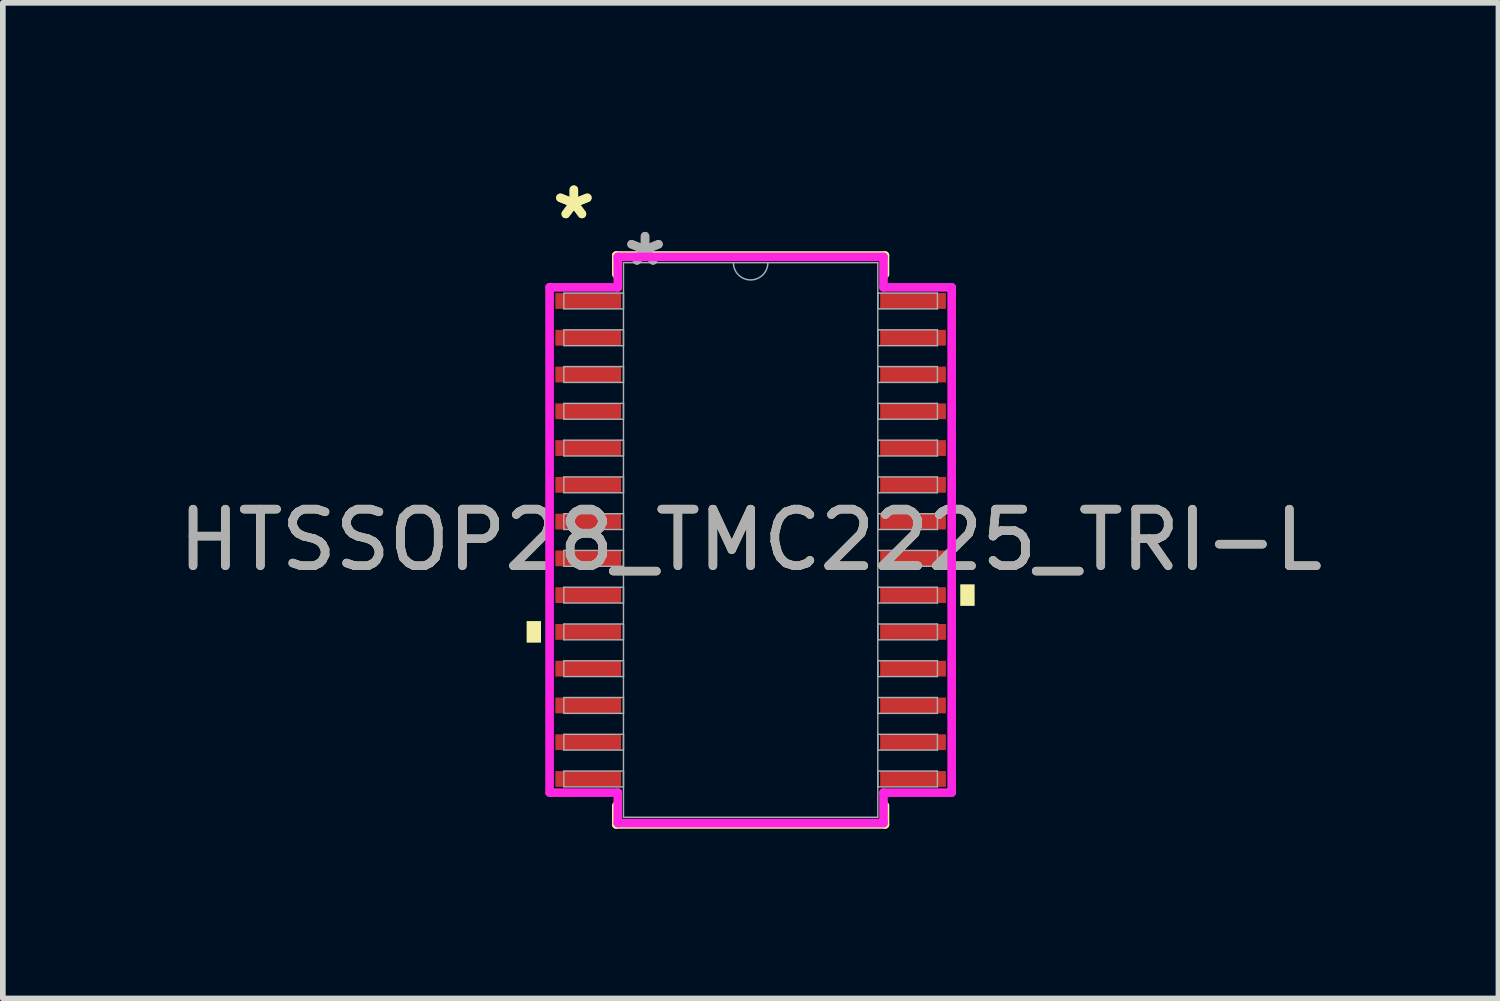
<source format=kicad_pcb>
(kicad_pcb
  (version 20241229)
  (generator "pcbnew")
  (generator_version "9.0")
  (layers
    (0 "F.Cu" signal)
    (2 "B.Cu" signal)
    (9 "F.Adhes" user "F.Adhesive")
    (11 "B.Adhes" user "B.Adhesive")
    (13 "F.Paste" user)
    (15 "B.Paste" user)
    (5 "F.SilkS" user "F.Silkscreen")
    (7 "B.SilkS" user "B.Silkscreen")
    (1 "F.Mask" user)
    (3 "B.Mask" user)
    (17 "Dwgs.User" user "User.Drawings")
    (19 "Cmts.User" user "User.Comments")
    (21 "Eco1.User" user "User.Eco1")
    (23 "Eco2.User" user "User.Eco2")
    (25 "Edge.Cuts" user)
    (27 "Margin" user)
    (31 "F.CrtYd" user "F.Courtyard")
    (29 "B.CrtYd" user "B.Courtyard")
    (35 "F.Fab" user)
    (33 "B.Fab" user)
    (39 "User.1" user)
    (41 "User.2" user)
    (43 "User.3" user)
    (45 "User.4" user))
  (footprint "HTSSOP28_TMC2225_TRI-L"
    (layer "F.Cu")
    (at 10.22 6.496)
    (property "Reference" "HTSSOP28_TMC2225_TRI-L" (at 0 0 0) (unlocked yes) (layer "F.SilkS") (effects (font (size 1 1) (thickness 0.15))))
    (attr smd)
    (fp_line (start -2.375 -5.029) (end -2.375 -4.697) (stroke (width 0.152) (type solid)) (layer "F.SilkS"))
    (fp_line (start -2.375 4.697) (end -2.375 5.029) (stroke (width 0.152) (type solid)) (layer "F.SilkS"))
    (fp_line (start -2.375 5.029) (end 2.375 5.029) (stroke (width 0.152) (type solid)) (layer "F.SilkS"))
    (fp_line (start 2.375 -5.029) (end -2.375 -5.029) (stroke (width 0.152) (type solid)) (layer "F.SilkS"))
    (fp_line (start 2.375 -4.697) (end 2.375 -5.029) (stroke (width 0.152) (type solid)) (layer "F.SilkS"))
    (fp_line (start 2.375 5.029) (end 2.375 4.697) (stroke (width 0.152) (type solid)) (layer "F.SilkS"))
    (fp_poly (pts (xy -3.96 1.434) (xy -3.96 1.815) (xy -3.706 1.815) (xy -3.706 1.434)) (stroke (width 0) (type solid)) (fill yes) (layer "F.SilkS"))
    (fp_poly (pts (xy 3.96 0.784) (xy 3.96 1.165) (xy 3.706 1.165) (xy 3.706 0.784)) (stroke (width 0) (type solid)) (fill yes) (layer "F.SilkS"))
    (fp_line (start -3.554 -4.466) (end -2.349 -4.466) (stroke (width 0.152) (type solid)) (layer "F.CrtYd"))
    (fp_line (start -3.554 4.466) (end -3.554 -4.466) (stroke (width 0.152) (type solid)) (layer "F.CrtYd"))
    (fp_line (start -3.554 4.466) (end -2.349 4.466) (stroke (width 0.152) (type solid)) (layer "F.CrtYd"))
    (fp_line (start -2.349 -5.004) (end 2.349 -5.004) (stroke (width 0.152) (type solid)) (layer "F.CrtYd"))
    (fp_line (start -2.349 -4.466) (end -2.349 -5.004) (stroke (width 0.152) (type solid)) (layer "F.CrtYd"))
    (fp_line (start -2.349 5.004) (end -2.349 4.466) (stroke (width 0.152) (type solid)) (layer "F.CrtYd"))
    (fp_line (start 2.349 -5.004) (end 2.349 -4.466) (stroke (width 0.152) (type solid)) (layer "F.CrtYd"))
    (fp_line (start 2.349 4.466) (end 2.349 5.004) (stroke (width 0.152) (type solid)) (layer "F.CrtYd"))
    (fp_line (start 2.349 5.004) (end -2.349 5.004) (stroke (width 0.152) (type solid)) (layer "F.CrtYd"))
    (fp_line (start 3.554 -4.466) (end 2.349 -4.466) (stroke (width 0.152) (type solid)) (layer "F.CrtYd"))
    (fp_line (start 3.554 -4.466) (end 3.554 4.466) (stroke (width 0.152) (type solid)) (layer "F.CrtYd"))
    (fp_line (start 3.554 4.466) (end 2.349 4.466) (stroke (width 0.152) (type solid)) (layer "F.CrtYd"))
    (fp_line (start -3.302 -4.365) (end -3.302 -4.085) (stroke (width 0.025) (type solid)) (layer "F.Fab"))
    (fp_line (start -3.302 -4.085) (end -2.248 -4.085) (stroke (width 0.025) (type solid)) (layer "F.Fab"))
    (fp_line (start -3.302 -3.715) (end -3.302 -3.435) (stroke (width 0.025) (type solid)) (layer "F.Fab"))
    (fp_line (start -3.302 -3.435) (end -2.248 -3.435) (stroke (width 0.025) (type solid)) (layer "F.Fab"))
    (fp_line (start -3.302 -3.065) (end -3.302 -2.785) (stroke (width 0.025) (type solid)) (layer "F.Fab"))
    (fp_line (start -3.302 -2.785) (end -2.248 -2.785) (stroke (width 0.025) (type solid)) (layer "F.Fab"))
    (fp_line (start -3.302 -2.415) (end -3.302 -2.135) (stroke (width 0.025) (type solid)) (layer "F.Fab"))
    (fp_line (start -3.302 -2.135) (end -2.248 -2.135) (stroke (width 0.025) (type solid)) (layer "F.Fab"))
    (fp_line (start -3.302 -1.765) (end -3.302 -1.485) (stroke (width 0.025) (type solid)) (layer "F.Fab"))
    (fp_line (start -3.302 -1.485) (end -2.248 -1.485) (stroke (width 0.025) (type solid)) (layer "F.Fab"))
    (fp_line (start -3.302 -1.115) (end -3.302 -0.835) (stroke (width 0.025) (type solid)) (layer "F.Fab"))
    (fp_line (start -3.302 -0.835) (end -2.248 -0.835) (stroke (width 0.025) (type solid)) (layer "F.Fab"))
    (fp_line (start -3.302 -0.465) (end -3.302 -0.185) (stroke (width 0.025) (type solid)) (layer "F.Fab"))
    (fp_line (start -3.302 -0.185) (end -2.248 -0.185) (stroke (width 0.025) (type solid)) (layer "F.Fab"))
    (fp_line (start -3.302 0.185) (end -3.302 0.465) (stroke (width 0.025) (type solid)) (layer "F.Fab"))
    (fp_line (start -3.302 0.465) (end -2.248 0.465) (stroke (width 0.025) (type solid)) (layer "F.Fab"))
    (fp_line (start -3.302 0.835) (end -3.302 1.115) (stroke (width 0.025) (type solid)) (layer "F.Fab"))
    (fp_line (start -3.302 1.115) (end -2.248 1.115) (stroke (width 0.025) (type solid)) (layer "F.Fab"))
    (fp_line (start -3.302 1.485) (end -3.302 1.765) (stroke (width 0.025) (type solid)) (layer "F.Fab"))
    (fp_line (start -3.302 1.765) (end -2.248 1.765) (stroke (width 0.025) (type solid)) (layer "F.Fab"))
    (fp_line (start -3.302 2.135) (end -3.302 2.415) (stroke (width 0.025) (type solid)) (layer "F.Fab"))
    (fp_line (start -3.302 2.415) (end -2.248 2.415) (stroke (width 0.025) (type solid)) (layer "F.Fab"))
    (fp_line (start -3.302 2.785) (end -3.302 3.065) (stroke (width 0.025) (type solid)) (layer "F.Fab"))
    (fp_line (start -3.302 3.065) (end -2.248 3.065) (stroke (width 0.025) (type solid)) (layer "F.Fab"))
    (fp_line (start -3.302 3.435) (end -3.302 3.715) (stroke (width 0.025) (type solid)) (layer "F.Fab"))
    (fp_line (start -3.302 3.715) (end -2.248 3.715) (stroke (width 0.025) (type solid)) (layer "F.Fab"))
    (fp_line (start -3.302 4.085) (end -3.302 4.365) (stroke (width 0.025) (type solid)) (layer "F.Fab"))
    (fp_line (start -3.302 4.365) (end -2.248 4.365) (stroke (width 0.025) (type solid)) (layer "F.Fab"))
    (fp_line (start -2.248 -4.902) (end -2.248 4.902) (stroke (width 0.025) (type solid)) (layer "F.Fab"))
    (fp_line (start -2.248 -4.365) (end -3.302 -4.365) (stroke (width 0.025) (type solid)) (layer "F.Fab"))
    (fp_line (start -2.248 -4.085) (end -2.248 -4.365) (stroke (width 0.025) (type solid)) (layer "F.Fab"))
    (fp_line (start -2.248 -3.715) (end -3.302 -3.715) (stroke (width 0.025) (type solid)) (layer "F.Fab"))
    (fp_line (start -2.248 -3.435) (end -2.248 -3.715) (stroke (width 0.025) (type solid)) (layer "F.Fab"))
    (fp_line (start -2.248 -3.065) (end -3.302 -3.065) (stroke (width 0.025) (type solid)) (layer "F.Fab"))
    (fp_line (start -2.248 -2.785) (end -2.248 -3.065) (stroke (width 0.025) (type solid)) (layer "F.Fab"))
    (fp_line (start -2.248 -2.415) (end -3.302 -2.415) (stroke (width 0.025) (type solid)) (layer "F.Fab"))
    (fp_line (start -2.248 -2.135) (end -2.248 -2.415) (stroke (width 0.025) (type solid)) (layer "F.Fab"))
    (fp_line (start -2.248 -1.765) (end -3.302 -1.765) (stroke (width 0.025) (type solid)) (layer "F.Fab"))
    (fp_line (start -2.248 -1.485) (end -2.248 -1.765) (stroke (width 0.025) (type solid)) (layer "F.Fab"))
    (fp_line (start -2.248 -1.115) (end -3.302 -1.115) (stroke (width 0.025) (type solid)) (layer "F.Fab"))
    (fp_line (start -2.248 -0.835) (end -2.248 -1.115) (stroke (width 0.025) (type solid)) (layer "F.Fab"))
    (fp_line (start -2.248 -0.465) (end -3.302 -0.465) (stroke (width 0.025) (type solid)) (layer "F.Fab"))
    (fp_line (start -2.248 -0.185) (end -2.248 -0.465) (stroke (width 0.025) (type solid)) (layer "F.Fab"))
    (fp_line (start -2.248 0.185) (end -3.302 0.185) (stroke (width 0.025) (type solid)) (layer "F.Fab"))
    (fp_line (start -2.248 0.465) (end -2.248 0.185) (stroke (width 0.025) (type solid)) (layer "F.Fab"))
    (fp_line (start -2.248 0.835) (end -3.302 0.835) (stroke (width 0.025) (type solid)) (layer "F.Fab"))
    (fp_line (start -2.248 1.115) (end -2.248 0.835) (stroke (width 0.025) (type solid)) (layer "F.Fab"))
    (fp_line (start -2.248 1.485) (end -3.302 1.485) (stroke (width 0.025) (type solid)) (layer "F.Fab"))
    (fp_line (start -2.248 1.765) (end -2.248 1.485) (stroke (width 0.025) (type solid)) (layer "F.Fab"))
    (fp_line (start -2.248 2.135) (end -3.302 2.135) (stroke (width 0.025) (type solid)) (layer "F.Fab"))
    (fp_line (start -2.248 2.415) (end -2.248 2.135) (stroke (width 0.025) (type solid)) (layer "F.Fab"))
    (fp_line (start -2.248 2.785) (end -3.302 2.785) (stroke (width 0.025) (type solid)) (layer "F.Fab"))
    (fp_line (start -2.248 3.065) (end -2.248 2.785) (stroke (width 0.025) (type solid)) (layer "F.Fab"))
    (fp_line (start -2.248 3.435) (end -3.302 3.435) (stroke (width 0.025) (type solid)) (layer "F.Fab"))
    (fp_line (start -2.248 3.715) (end -2.248 3.435) (stroke (width 0.025) (type solid)) (layer "F.Fab"))
    (fp_line (start -2.248 4.085) (end -3.302 4.085) (stroke (width 0.025) (type solid)) (layer "F.Fab"))
    (fp_line (start -2.248 4.365) (end -2.248 4.085) (stroke (width 0.025) (type solid)) (layer "F.Fab"))
    (fp_line (start -2.248 4.902) (end 2.248 4.902) (stroke (width 0.025) (type solid)) (layer "F.Fab"))
    (fp_line (start 2.248 -4.902) (end -2.248 -4.902) (stroke (width 0.025) (type solid)) (layer "F.Fab"))
    (fp_line (start 2.248 -4.365) (end 2.248 -4.085) (stroke (width 0.025) (type solid)) (layer "F.Fab"))
    (fp_line (start 2.248 -4.085) (end 3.302 -4.085) (stroke (width 0.025) (type solid)) (layer "F.Fab"))
    (fp_line (start 2.248 -3.715) (end 2.248 -3.435) (stroke (width 0.025) (type solid)) (layer "F.Fab"))
    (fp_line (start 2.248 -3.435) (end 3.302 -3.435) (stroke (width 0.025) (type solid)) (layer "F.Fab"))
    (fp_line (start 2.248 -3.065) (end 2.248 -2.785) (stroke (width 0.025) (type solid)) (layer "F.Fab"))
    (fp_line (start 2.248 -2.785) (end 3.302 -2.785) (stroke (width 0.025) (type solid)) (layer "F.Fab"))
    (fp_line (start 2.248 -2.415) (end 2.248 -2.135) (stroke (width 0.025) (type solid)) (layer "F.Fab"))
    (fp_line (start 2.248 -2.135) (end 3.302 -2.135) (stroke (width 0.025) (type solid)) (layer "F.Fab"))
    (fp_line (start 2.248 -1.765) (end 2.248 -1.485) (stroke (width 0.025) (type solid)) (layer "F.Fab"))
    (fp_line (start 2.248 -1.485) (end 3.302 -1.485) (stroke (width 0.025) (type solid)) (layer "F.Fab"))
    (fp_line (start 2.248 -1.115) (end 2.248 -0.835) (stroke (width 0.025) (type solid)) (layer "F.Fab"))
    (fp_line (start 2.248 -0.835) (end 3.302 -0.835) (stroke (width 0.025) (type solid)) (layer "F.Fab"))
    (fp_line (start 2.248 -0.465) (end 2.248 -0.185) (stroke (width 0.025) (type solid)) (layer "F.Fab"))
    (fp_line (start 2.248 -0.185) (end 3.302 -0.185) (stroke (width 0.025) (type solid)) (layer "F.Fab"))
    (fp_line (start 2.248 0.185) (end 2.248 0.465) (stroke (width 0.025) (type solid)) (layer "F.Fab"))
    (fp_line (start 2.248 0.465) (end 3.302 0.465) (stroke (width 0.025) (type solid)) (layer "F.Fab"))
    (fp_line (start 2.248 0.835) (end 2.248 1.115) (stroke (width 0.025) (type solid)) (layer "F.Fab"))
    (fp_line (start 2.248 1.115) (end 3.302 1.115) (stroke (width 0.025) (type solid)) (layer "F.Fab"))
    (fp_line (start 2.248 1.485) (end 2.248 1.765) (stroke (width 0.025) (type solid)) (layer "F.Fab"))
    (fp_line (start 2.248 1.765) (end 3.302 1.765) (stroke (width 0.025) (type solid)) (layer "F.Fab"))
    (fp_line (start 2.248 2.135) (end 2.248 2.415) (stroke (width 0.025) (type solid)) (layer "F.Fab"))
    (fp_line (start 2.248 2.415) (end 3.302 2.415) (stroke (width 0.025) (type solid)) (layer "F.Fab"))
    (fp_line (start 2.248 2.785) (end 2.248 3.065) (stroke (width 0.025) (type solid)) (layer "F.Fab"))
    (fp_line (start 2.248 3.065) (end 3.302 3.065) (stroke (width 0.025) (type solid)) (layer "F.Fab"))
    (fp_line (start 2.248 3.435) (end 2.248 3.715) (stroke (width 0.025) (type solid)) (layer "F.Fab"))
    (fp_line (start 2.248 3.715) (end 3.302 3.715) (stroke (width 0.025) (type solid)) (layer "F.Fab"))
    (fp_line (start 2.248 4.085) (end 2.248 4.365) (stroke (width 0.025) (type solid)) (layer "F.Fab"))
    (fp_line (start 2.248 4.365) (end 3.302 4.365) (stroke (width 0.025) (type solid)) (layer "F.Fab"))
    (fp_line (start 2.248 4.902) (end 2.248 -4.902) (stroke (width 0.025) (type solid)) (layer "F.Fab"))
    (fp_line (start 3.302 -4.365) (end 2.248 -4.365) (stroke (width 0.025) (type solid)) (layer "F.Fab"))
    (fp_line (start 3.302 -4.085) (end 3.302 -4.365) (stroke (width 0.025) (type solid)) (layer "F.Fab"))
    (fp_line (start 3.302 -3.715) (end 2.248 -3.715) (stroke (width 0.025) (type solid)) (layer "F.Fab"))
    (fp_line (start 3.302 -3.435) (end 3.302 -3.715) (stroke (width 0.025) (type solid)) (layer "F.Fab"))
    (fp_line (start 3.302 -3.065) (end 2.248 -3.065) (stroke (width 0.025) (type solid)) (layer "F.Fab"))
    (fp_line (start 3.302 -2.785) (end 3.302 -3.065) (stroke (width 0.025) (type solid)) (layer "F.Fab"))
    (fp_line (start 3.302 -2.415) (end 2.248 -2.415) (stroke (width 0.025) (type solid)) (layer "F.Fab"))
    (fp_line (start 3.302 -2.135) (end 3.302 -2.415) (stroke (width 0.025) (type solid)) (layer "F.Fab"))
    (fp_line (start 3.302 -1.765) (end 2.248 -1.765) (stroke (width 0.025) (type solid)) (layer "F.Fab"))
    (fp_line (start 3.302 -1.485) (end 3.302 -1.765) (stroke (width 0.025) (type solid)) (layer "F.Fab"))
    (fp_line (start 3.302 -1.115) (end 2.248 -1.115) (stroke (width 0.025) (type solid)) (layer "F.Fab"))
    (fp_line (start 3.302 -0.835) (end 3.302 -1.115) (stroke (width 0.025) (type solid)) (layer "F.Fab"))
    (fp_line (start 3.302 -0.465) (end 2.248 -0.465) (stroke (width 0.025) (type solid)) (layer "F.Fab"))
    (fp_line (start 3.302 -0.185) (end 3.302 -0.465) (stroke (width 0.025) (type solid)) (layer "F.Fab"))
    (fp_line (start 3.302 0.185) (end 2.248 0.185) (stroke (width 0.025) (type solid)) (layer "F.Fab"))
    (fp_line (start 3.302 0.465) (end 3.302 0.185) (stroke (width 0.025) (type solid)) (layer "F.Fab"))
    (fp_line (start 3.302 0.835) (end 2.248 0.835) (stroke (width 0.025) (type solid)) (layer "F.Fab"))
    (fp_line (start 3.302 1.115) (end 3.302 0.835) (stroke (width 0.025) (type solid)) (layer "F.Fab"))
    (fp_line (start 3.302 1.485) (end 2.248 1.485) (stroke (width 0.025) (type solid)) (layer "F.Fab"))
    (fp_line (start 3.302 1.765) (end 3.302 1.485) (stroke (width 0.025) (type solid)) (layer "F.Fab"))
    (fp_line (start 3.302 2.135) (end 2.248 2.135) (stroke (width 0.025) (type solid)) (layer "F.Fab"))
    (fp_line (start 3.302 2.415) (end 3.302 2.135) (stroke (width 0.025) (type solid)) (layer "F.Fab"))
    (fp_line (start 3.302 2.785) (end 2.248 2.785) (stroke (width 0.025) (type solid)) (layer "F.Fab"))
    (fp_line (start 3.302 3.065) (end 3.302 2.785) (stroke (width 0.025) (type solid)) (layer "F.Fab"))
    (fp_line (start 3.302 3.435) (end 2.248 3.435) (stroke (width 0.025) (type solid)) (layer "F.Fab"))
    (fp_line (start 3.302 3.715) (end 3.302 3.435) (stroke (width 0.025) (type solid)) (layer "F.Fab"))
    (fp_line (start 3.302 4.085) (end 2.248 4.085) (stroke (width 0.025) (type solid)) (layer "F.Fab"))
    (fp_line (start 3.302 4.365) (end 3.302 4.085) (stroke (width 0.025) (type solid)) (layer "F.Fab"))
    (fp_arc (start 0.3048 -4.9022) (mid 0 -4.5974) (end -0.3048 -4.9022) (stroke (width 0.0254) (type solid)) (layer "F.Fab"))
    (fp_text user "*" (at -3.125 -5.647 0) (unlocked yes) (layer "F.SilkS") (effects (font (size 1 1) (thickness 0.15))))
    (fp_text user "*" (at -3.125 -5.647 0) (layer "F.SilkS") (effects (font (size 1 1) (thickness 0.15))))
    (fp_text user "*" (at -1.867 -4.826 0) (unlocked yes) (layer "F.Fab") (effects (font (size 1 1) (thickness 0.15))))
    (fp_text user "${REFERENCE}" (at 0 0 0) (unlocked yes) (layer "F.Fab") (effects (font (size 1 1) (thickness 0.15))))
    (fp_text user "*" (at -1.867 -4.826 0) (layer "F.Fab") (effects (font (size 1 1) (thickness 0.15))))
    (pad "1" smd rect (at -2.871 -4.225) (size 1.162 0.279) (layers "F.Cu" "F.Mask" "F.Paste"))
    (pad "2" smd rect (at -2.871 -3.575) (size 1.162 0.279) (layers "F.Cu" "F.Mask" "F.Paste"))
    (pad "3" smd rect (at -2.871 -2.925) (size 1.162 0.279) (layers "F.Cu" "F.Mask" "F.Paste"))
    (pad "4" smd rect (at -2.871 -2.275) (size 1.162 0.279) (layers "F.Cu" "F.Mask" "F.Paste"))
    (pad "5" smd rect (at -2.871 -1.625) (size 1.162 0.279) (layers "F.Cu" "F.Mask" "F.Paste"))
    (pad "6" smd rect (at -2.871 -0.975) (size 1.162 0.279) (layers "F.Cu" "F.Mask" "F.Paste"))
    (pad "7" smd rect (at -2.871 -0.325) (size 1.162 0.279) (layers "F.Cu" "F.Mask" "F.Paste"))
    (pad "8" smd rect (at -2.871 0.325) (size 1.162 0.279) (layers "F.Cu" "F.Mask" "F.Paste"))
    (pad "9" smd rect (at -2.871 0.975) (size 1.162 0.279) (layers "F.Cu" "F.Mask" "F.Paste"))
    (pad "10" smd rect (at -2.871 1.625) (size 1.162 0.279) (layers "F.Cu" "F.Mask" "F.Paste"))
    (pad "11" smd rect (at -2.871 2.275) (size 1.162 0.279) (layers "F.Cu" "F.Mask" "F.Paste"))
    (pad "12" smd rect (at -2.871 2.925) (size 1.162 0.279) (layers "F.Cu" "F.Mask" "F.Paste"))
    (pad "13" smd rect (at -2.871 3.575) (size 1.162 0.279) (layers "F.Cu" "F.Mask" "F.Paste"))
    (pad "14" smd rect (at -2.871 4.225) (size 1.162 0.279) (layers "F.Cu" "F.Mask" "F.Paste"))
    (pad "15" smd rect (at 2.871 4.225) (size 1.162 0.279) (layers "F.Cu" "F.Mask" "F.Paste"))
    (pad "16" smd rect (at 2.871 3.575) (size 1.162 0.279) (layers "F.Cu" "F.Mask" "F.Paste"))
    (pad "17" smd rect (at 2.871 2.925) (size 1.162 0.279) (layers "F.Cu" "F.Mask" "F.Paste"))
    (pad "18" smd rect (at 2.871 2.275) (size 1.162 0.279) (layers "F.Cu" "F.Mask" "F.Paste"))
    (pad "19" smd rect (at 2.871 1.625) (size 1.162 0.279) (layers "F.Cu" "F.Mask" "F.Paste"))
    (pad "20" smd rect (at 2.871 0.975) (size 1.162 0.279) (layers "F.Cu" "F.Mask" "F.Paste"))
    (pad "21" smd rect (at 2.871 0.325) (size 1.162 0.279) (layers "F.Cu" "F.Mask" "F.Paste"))
    (pad "22" smd rect (at 2.871 -0.325) (size 1.162 0.279) (layers "F.Cu" "F.Mask" "F.Paste"))
    (pad "23" smd rect (at 2.871 -0.975) (size 1.162 0.279) (layers "F.Cu" "F.Mask" "F.Paste"))
    (pad "24" smd rect (at 2.871 -1.625) (size 1.162 0.279) (layers "F.Cu" "F.Mask" "F.Paste"))
    (pad "25" smd rect (at 2.871 -2.275) (size 1.162 0.279) (layers "F.Cu" "F.Mask" "F.Paste"))
    (pad "26" smd rect (at 2.871 -2.925) (size 1.162 0.279) (layers "F.Cu" "F.Mask" "F.Paste"))
    (pad "27" smd rect (at 2.871 -3.575) (size 1.162 0.279) (layers "F.Cu" "F.Mask" "F.Paste"))
    (pad "28" smd rect (at 2.871 -4.225) (size 1.162 0.279) (layers "F.Cu" "F.Mask" "F.Paste")))
  (gr_rect
    (start -3 -3)
    (end 23.44 14.601)
    (stroke (width 0.1) (type default))
    (fill no)
    (layer "Edge.Cuts")))
</source>
